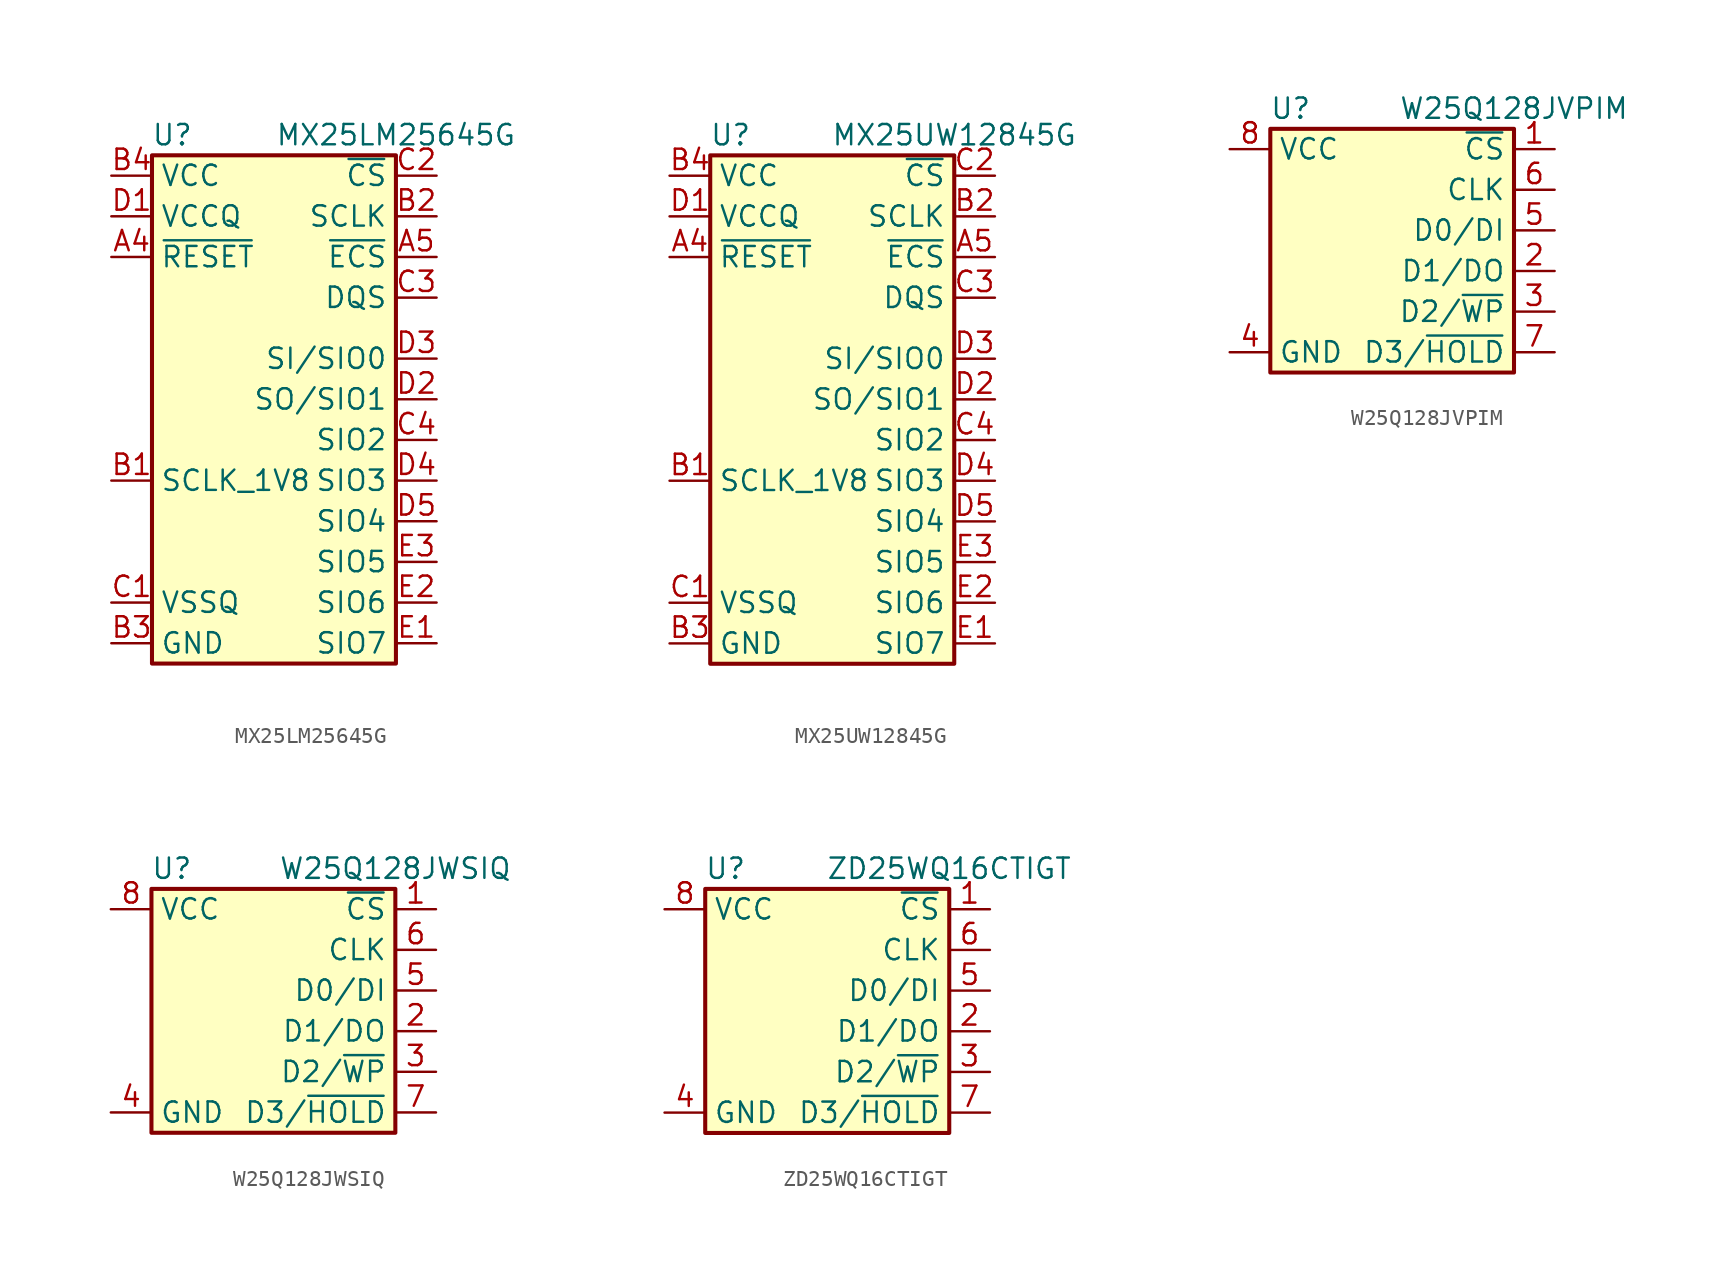
<source format=kicad_sym>
(kicad_symbol_lib
  (version 20241209)
  (generator "kicad_symbol_editor")
  (generator_version "9.0")
  (symbol "MX25LM25645G"
    (property "Reference" "U"
      (at -6.35 16.51 0)
      (effects (font (size 1.27 1.27))))
    (property "Value" "MX25LM25645G"
      (at 7.62 16.51 0)
      (effects (font (size 1.27 1.27))))
    (symbol "MX25LM25645G_0_1"
      (rectangle (start -7.62 15.24) (end 7.62 -16.51) (stroke (width 0.254) (type default)) (fill (type background))))
    (symbol "MX25LM25645G_1_1"
      (pin power_in line (at -10.16 13.97 0) (length 2.54) (name "VCC" (effects (font (size 1.27 1.27)))) (number "B4" (effects (font (size 1.27 1.27)))))
      (pin power_in line (at -10.16 11.43 0) (length 2.54) (name "VCCQ" (effects (font (size 1.27 1.27)))) (number "D1" (effects (font (size 1.27 1.27)))))
      (pin power_in line (at -10.16 11.43 0) (length 2.54) (hide yes) (name "VCCQ" (effects (font (size 1.27 1.27)))) (number "E4" (effects (font (size 1.27 1.27)))))
      (pin input line (at -10.16 8.89 0) (length 2.54) (name "~{RESET}" (effects (font (size 1.27 1.27)))) (number "A4" (effects (font (size 1.27 1.27)))))
      (pin no_connect line (at -10.16 2.54 0) (length 2.54) (hide yes) (name "NC" (effects (font (size 1.27 1.27)))) (number "A2" (effects (font (size 1.27 1.27)))))
      (pin no_connect line (at -10.16 0 0) (length 2.54) (hide yes) (name "NC" (effects (font (size 1.27 1.27)))) (number "A3" (effects (font (size 1.27 1.27)))))
      (pin no_connect line (at -10.16 -2.54 0) (length 2.54) (hide yes) (name "NC" (effects (font (size 1.27 1.27)))) (number "C5" (effects (font (size 1.27 1.27)))))
      (pin input line (at -10.16 -5.08 0) (length 2.54) (name "SCLK_1V8" (effects (font (size 1.27 1.27)))) (number "B1" (effects (font (size 1.27 1.27)))))
      (pin no_connect line (at -10.16 -7.62 0) (length 2.54) (hide yes) (name "DNU" (effects (font (size 1.27 1.27)))) (number "B5" (effects (font (size 1.27 1.27)))))
      (pin power_in line (at -10.16 -12.7 0) (length 2.54) (name "VSSQ" (effects (font (size 1.27 1.27)))) (number "C1" (effects (font (size 1.27 1.27)))))
      (pin power_in line (at -10.16 -12.7 0) (length 2.54) (hide yes) (name "VSSQ" (effects (font (size 1.27 1.27)))) (number "E5" (effects (font (size 1.27 1.27)))))
      (pin power_in line (at -10.16 -15.24 0) (length 2.54) (name "GND" (effects (font (size 1.27 1.27)))) (number "B3" (effects (font (size 1.27 1.27)))))
      (pin input line (at 10.16 13.97 180) (length 2.54) (name "~{CS}" (effects (font (size 1.27 1.27)))) (number "C2" (effects (font (size 1.27 1.27)))))
      (pin input line (at 10.16 11.43 180) (length 2.54) (name "SCLK" (effects (font (size 1.27 1.27)))) (number "B2" (effects (font (size 1.27 1.27)))))
      (pin input line (at 10.16 8.89 180) (length 2.54) (name "~{ECS}" (effects (font (size 1.27 1.27)))) (number "A5" (effects (font (size 1.27 1.27)))))
      (pin input line (at 10.16 6.35 180) (length 2.54) (name "DQS" (effects (font (size 1.27 1.27)))) (number "C3" (effects (font (size 1.27 1.27)))))
      (pin bidirectional line (at 10.16 2.54 180) (length 2.54) (name "SI/SIO0" (effects (font (size 1.27 1.27)))) (number "D3" (effects (font (size 1.27 1.27)))))
      (pin bidirectional line (at 10.16 0 180) (length 2.54) (name "SO/SIO1" (effects (font (size 1.27 1.27)))) (number "D2" (effects (font (size 1.27 1.27)))))
      (pin bidirectional line (at 10.16 -2.54 180) (length 2.54) (name "SIO2" (effects (font (size 1.27 1.27)))) (number "C4" (effects (font (size 1.27 1.27)))))
      (pin bidirectional line (at 10.16 -5.08 180) (length 2.54) (name "SIO3" (effects (font (size 1.27 1.27)))) (number "D4" (effects (font (size 1.27 1.27)))))
      (pin bidirectional line (at 10.16 -7.62 180) (length 2.54) (name "SIO4" (effects (font (size 1.27 1.27)))) (number "D5" (effects (font (size 1.27 1.27)))))
      (pin bidirectional line (at 10.16 -10.16 180) (length 2.54) (name "SIO5" (effects (font (size 1.27 1.27)))) (number "E3" (effects (font (size 1.27 1.27)))))
      (pin bidirectional line (at 10.16 -12.7 180) (length 2.54) (name "SIO6" (effects (font (size 1.27 1.27)))) (number "E2" (effects (font (size 1.27 1.27)))))
      (pin bidirectional line (at 10.16 -15.24 180) (length 2.54) (name "SIO7" (effects (font (size 1.27 1.27)))) (number "E1" (effects (font (size 1.27 1.27)))))))
  (symbol "MX25UW12845G"
    (property "Reference" "U"
      (at -6.35 16.51 0)
      (effects (font (size 1.27 1.27))))
    (property "Value" "MX25UW12845G"
      (at 7.62 16.51 0)
      (effects (font (size 1.27 1.27))))
    (symbol "MX25UW12845G_0_1"
      (rectangle (start -7.62 15.24) (end 7.62 -16.51) (stroke (width 0.254) (type default)) (fill (type background))))
    (symbol "MX25UW12845G_1_1"
      (pin power_in line (at -10.16 13.97 0) (length 2.54) (name "VCC" (effects (font (size 1.27 1.27)))) (number "B4" (effects (font (size 1.27 1.27)))))
      (pin power_in line (at -10.16 11.43 0) (length 2.54) (name "VCCQ" (effects (font (size 1.27 1.27)))) (number "D1" (effects (font (size 1.27 1.27)))))
      (pin power_in line (at -10.16 11.43 0) (length 2.54) (hide yes) (name "VCCQ" (effects (font (size 1.27 1.27)))) (number "E4" (effects (font (size 1.27 1.27)))))
      (pin input line (at -10.16 8.89 0) (length 2.54) (name "~{RESET}" (effects (font (size 1.27 1.27)))) (number "A4" (effects (font (size 1.27 1.27)))))
      (pin no_connect line (at -10.16 2.54 0) (length 2.54) (hide yes) (name "NC" (effects (font (size 1.27 1.27)))) (number "A2" (effects (font (size 1.27 1.27)))))
      (pin no_connect line (at -10.16 0 0) (length 2.54) (hide yes) (name "NC" (effects (font (size 1.27 1.27)))) (number "A3" (effects (font (size 1.27 1.27)))))
      (pin no_connect line (at -10.16 -2.54 0) (length 2.54) (hide yes) (name "NC" (effects (font (size 1.27 1.27)))) (number "C5" (effects (font (size 1.27 1.27)))))
      (pin input line (at -10.16 -5.08 0) (length 2.54) (name "SCLK_1V8" (effects (font (size 1.27 1.27)))) (number "B1" (effects (font (size 1.27 1.27)))))
      (pin no_connect line (at -10.16 -7.62 0) (length 2.54) (hide yes) (name "DNU" (effects (font (size 1.27 1.27)))) (number "B5" (effects (font (size 1.27 1.27)))))
      (pin power_in line (at -10.16 -12.7 0) (length 2.54) (name "VSSQ" (effects (font (size 1.27 1.27)))) (number "C1" (effects (font (size 1.27 1.27)))))
      (pin power_in line (at -10.16 -12.7 0) (length 2.54) (hide yes) (name "VSSQ" (effects (font (size 1.27 1.27)))) (number "E5" (effects (font (size 1.27 1.27)))))
      (pin power_in line (at -10.16 -15.24 0) (length 2.54) (name "GND" (effects (font (size 1.27 1.27)))) (number "B3" (effects (font (size 1.27 1.27)))))
      (pin input line (at 10.16 13.97 180) (length 2.54) (name "~{CS}" (effects (font (size 1.27 1.27)))) (number "C2" (effects (font (size 1.27 1.27)))))
      (pin input line (at 10.16 11.43 180) (length 2.54) (name "SCLK" (effects (font (size 1.27 1.27)))) (number "B2" (effects (font (size 1.27 1.27)))))
      (pin input line (at 10.16 8.89 180) (length 2.54) (name "~{ECS}" (effects (font (size 1.27 1.27)))) (number "A5" (effects (font (size 1.27 1.27)))))
      (pin input line (at 10.16 6.35 180) (length 2.54) (name "DQS" (effects (font (size 1.27 1.27)))) (number "C3" (effects (font (size 1.27 1.27)))))
      (pin bidirectional line (at 10.16 2.54 180) (length 2.54) (name "SI/SIO0" (effects (font (size 1.27 1.27)))) (number "D3" (effects (font (size 1.27 1.27)))))
      (pin bidirectional line (at 10.16 0 180) (length 2.54) (name "SO/SIO1" (effects (font (size 1.27 1.27)))) (number "D2" (effects (font (size 1.27 1.27)))))
      (pin bidirectional line (at 10.16 -2.54 180) (length 2.54) (name "SIO2" (effects (font (size 1.27 1.27)))) (number "C4" (effects (font (size 1.27 1.27)))))
      (pin bidirectional line (at 10.16 -5.08 180) (length 2.54) (name "SIO3" (effects (font (size 1.27 1.27)))) (number "D4" (effects (font (size 1.27 1.27)))))
      (pin bidirectional line (at 10.16 -7.62 180) (length 2.54) (name "SIO4" (effects (font (size 1.27 1.27)))) (number "D5" (effects (font (size 1.27 1.27)))))
      (pin bidirectional line (at 10.16 -10.16 180) (length 2.54) (name "SIO5" (effects (font (size 1.27 1.27)))) (number "E3" (effects (font (size 1.27 1.27)))))
      (pin bidirectional line (at 10.16 -12.7 180) (length 2.54) (name "SIO6" (effects (font (size 1.27 1.27)))) (number "E2" (effects (font (size 1.27 1.27)))))
      (pin bidirectional line (at 10.16 -15.24 180) (length 2.54) (name "SIO7" (effects (font (size 1.27 1.27)))) (number "E1" (effects (font (size 1.27 1.27)))))))
  (symbol "W25Q128JVPIM"
    (property "Reference" "U"
      (at -6.35 10.16 0)
      (effects (font (size 1.27 1.27))))
    (property "Value" "W25Q128JVPIM"
      (at 7.62 10.16 0)
      (effects (font (size 1.27 1.27))))
    (symbol "W25Q128JVPIM_0_1"
      (rectangle (start -7.62 8.89) (end 7.62 -6.35) (stroke (width 0.254) (type default)) (fill (type background))))
    (symbol "W25Q128JVPIM_1_1"
      (pin power_in line (at -10.16 7.62 0) (length 2.54) (name "VCC" (effects (font (size 1.27 1.27)))) (number "8" (effects (font (size 1.27 1.27)))))
      (pin power_in line (at -10.16 -5.08 0) (length 2.54) (name "GND" (effects (font (size 1.27 1.27)))) (number "4" (effects (font (size 1.27 1.27)))))
      (pin power_in line (at -10.16 -5.08 0) (length 2.54) (hide yes) (name "GND" (effects (font (size 1.27 1.27)))) (number "EPAD" (effects (font (size 1.27 1.27)))))
      (pin input line (at 10.16 7.62 180) (length 2.54) (name "~{CS}" (effects (font (size 1.27 1.27)))) (number "1" (effects (font (size 1.27 1.27)))))
      (pin input line (at 10.16 5.08 180) (length 2.54) (name "CLK" (effects (font (size 1.27 1.27)))) (number "6" (effects (font (size 1.27 1.27)))))
      (pin bidirectional line (at 10.16 2.54 180) (length 2.54) (name "D0/DI" (effects (font (size 1.27 1.27)))) (number "5" (effects (font (size 1.27 1.27)))))
      (pin bidirectional line (at 10.16 0 180) (length 2.54) (name "D1/DO" (effects (font (size 1.27 1.27)))) (number "2" (effects (font (size 1.27 1.27)))))
      (pin bidirectional line (at 10.16 -2.54 180) (length 2.54) (name "D2/~{WP}" (effects (font (size 1.27 1.27)))) (number "3" (effects (font (size 1.27 1.27)))))
      (pin bidirectional line (at 10.16 -5.08 180) (length 2.54) (name "D3/~{HOLD}" (effects (font (size 1.27 1.27)))) (number "7" (effects (font (size 1.27 1.27)))))))
  (symbol "W25Q128JWSIQ"
    (property "Reference" "U"
      (at -6.35 10.16 0)
      (effects (font (size 1.27 1.27))))
    (property "Value" "W25Q128JWSIQ"
      (at 7.62 10.16 0)
      (effects (font (size 1.27 1.27))))
    (symbol "W25Q128JWSIQ_0_1"
      (rectangle (start -7.62 8.89) (end 7.62 -6.35) (stroke (width 0.254) (type default)) (fill (type background))))
    (symbol "W25Q128JWSIQ_1_1"
      (pin power_in line (at -10.16 7.62 0) (length 2.54) (name "VCC" (effects (font (size 1.27 1.27)))) (number "8" (effects (font (size 1.27 1.27)))))
      (pin power_in line (at -10.16 -5.08 0) (length 2.54) (name "GND" (effects (font (size 1.27 1.27)))) (number "4" (effects (font (size 1.27 1.27)))))
      (pin input line (at 10.16 7.62 180) (length 2.54) (name "~{CS}" (effects (font (size 1.27 1.27)))) (number "1" (effects (font (size 1.27 1.27)))))
      (pin input line (at 10.16 5.08 180) (length 2.54) (name "CLK" (effects (font (size 1.27 1.27)))) (number "6" (effects (font (size 1.27 1.27)))))
      (pin bidirectional line (at 10.16 2.54 180) (length 2.54) (name "D0/DI" (effects (font (size 1.27 1.27)))) (number "5" (effects (font (size 1.27 1.27)))))
      (pin bidirectional line (at 10.16 0 180) (length 2.54) (name "D1/DO" (effects (font (size 1.27 1.27)))) (number "2" (effects (font (size 1.27 1.27)))))
      (pin bidirectional line (at 10.16 -2.54 180) (length 2.54) (name "D2/~{WP}" (effects (font (size 1.27 1.27)))) (number "3" (effects (font (size 1.27 1.27)))))
      (pin bidirectional line (at 10.16 -5.08 180) (length 2.54) (name "D3/~{HOLD}" (effects (font (size 1.27 1.27)))) (number "7" (effects (font (size 1.27 1.27)))))))
  (symbol "ZD25WQ16CTIGT"
    (property "Reference" "U"
      (at -6.35 10.16 0)
      (effects (font (size 1.27 1.27))))
    (property "Value" "ZD25WQ16CTIGT"
      (at 7.62 10.16 0)
      (effects (font (size 1.27 1.27))))
    (symbol "ZD25WQ16CTIGT_0_1"
      (rectangle (start -7.62 8.89) (end 7.62 -6.35) (stroke (width 0.254) (type default)) (fill (type background))))
    (symbol "ZD25WQ16CTIGT_1_1"
      (pin power_in line (at -10.16 7.62 0) (length 2.54) (name "VCC" (effects (font (size 1.27 1.27)))) (number "8" (effects (font (size 1.27 1.27)))))
      (pin power_in line (at -10.16 -5.08 0) (length 2.54) (name "GND" (effects (font (size 1.27 1.27)))) (number "4" (effects (font (size 1.27 1.27)))))
      (pin input line (at 10.16 7.62 180) (length 2.54) (name "~{CS}" (effects (font (size 1.27 1.27)))) (number "1" (effects (font (size 1.27 1.27)))))
      (pin input line (at 10.16 5.08 180) (length 2.54) (name "CLK" (effects (font (size 1.27 1.27)))) (number "6" (effects (font (size 1.27 1.27)))))
      (pin bidirectional line (at 10.16 2.54 180) (length 2.54) (name "D0/DI" (effects (font (size 1.27 1.27)))) (number "5" (effects (font (size 1.27 1.27)))))
      (pin bidirectional line (at 10.16 0 180) (length 2.54) (name "D1/DO" (effects (font (size 1.27 1.27)))) (number "2" (effects (font (size 1.27 1.27)))))
      (pin bidirectional line (at 10.16 -2.54 180) (length 2.54) (name "D2/~{WP}" (effects (font (size 1.27 1.27)))) (number "3" (effects (font (size 1.27 1.27)))))
      (pin bidirectional line (at 10.16 -5.08 180) (length 2.54) (name "D3/~{HOLD}" (effects (font (size 1.27 1.27)))) (number "7" (effects (font (size 1.27 1.27))))))))
</source>
